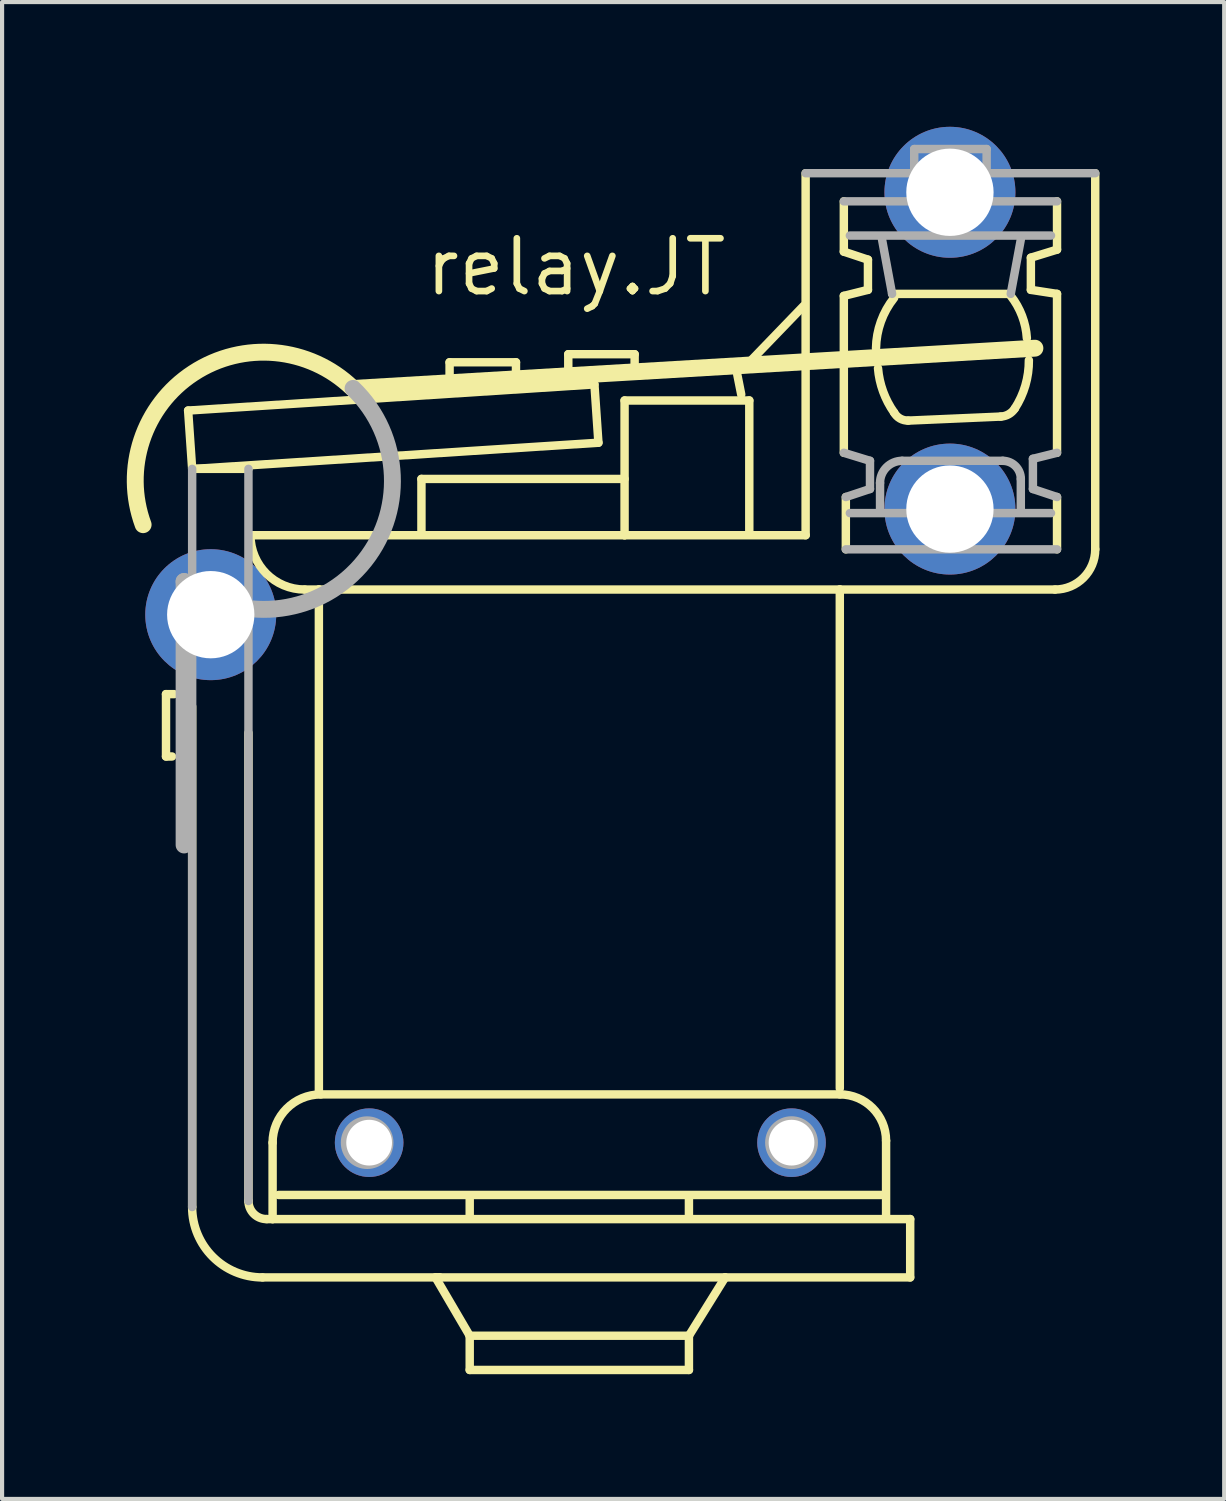
<source format=kicad_pcb>
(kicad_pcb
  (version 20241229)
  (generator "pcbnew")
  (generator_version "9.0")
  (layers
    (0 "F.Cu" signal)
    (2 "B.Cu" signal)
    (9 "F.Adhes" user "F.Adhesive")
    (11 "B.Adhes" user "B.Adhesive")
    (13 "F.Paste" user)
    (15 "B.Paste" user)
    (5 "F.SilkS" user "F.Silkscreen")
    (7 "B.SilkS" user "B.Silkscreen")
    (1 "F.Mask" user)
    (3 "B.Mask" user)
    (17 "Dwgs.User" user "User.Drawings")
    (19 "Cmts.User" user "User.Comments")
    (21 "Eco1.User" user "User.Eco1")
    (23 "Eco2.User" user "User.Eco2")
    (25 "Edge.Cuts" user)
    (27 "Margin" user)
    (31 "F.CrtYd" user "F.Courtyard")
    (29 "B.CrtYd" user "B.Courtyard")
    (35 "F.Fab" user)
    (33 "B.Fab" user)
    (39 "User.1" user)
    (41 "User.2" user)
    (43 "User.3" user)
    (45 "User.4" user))
  (footprint "relay.JT"
    (layer "F.Cu")
    (at 10.909 24.435)
    (property "Reference" "relay.JT" (at -3.81 -20.32 0) (layer "F.SilkS") (effects (font (size 1.27 1.27) (thickness 0.16)) (justify left bottom)))
    (attr through_hole)
    (fp_line (start -9.966 -10.789) (end -9.966 -9.289) (stroke (width 0.203) (type default)) (layer "F.SilkS"))
    (fp_line (start -9.966 -9.289) (end -9.821 -9.289) (stroke (width 0.203) (type default)) (layer "F.SilkS"))
    (fp_line (start -9.773 -10.789) (end -9.966 -10.789) (stroke (width 0.203) (type default)) (layer "F.SilkS"))
    (fp_line (start -9.434 -17.61) (end -9.337 -16.207) (stroke (width 0.203) (type default)) (layer "F.SilkS"))
    (fp_line (start -9.337 -10.492) (end -9.337 1.548) (stroke (width 0.203) (type default)) (layer "F.SilkS"))
    (fp_line (start -9.289 -16.207) (end -9.337 -16.207) (stroke (width 0.203) (type default)) (layer "F.SilkS"))
    (fp_line (start -9.289 -16.207) (end 0.435 -16.836) (stroke (width 0.203) (type default)) (layer "F.SilkS"))
    (fp_line (start -7.983 -16.207) (end -9.289 -16.207) (stroke (width 0.203) (type default)) (layer "F.SilkS"))
    (fp_line (start -7.983 1.403) (end -7.983 -9.857) (stroke (width 0.203) (type default)) (layer "F.SilkS"))
    (fp_line (start -7.886 -14.611) (end 1.064 -14.611) (stroke (width 0.203) (type default)) (layer "F.SilkS"))
    (fp_line (start -7.644 3.241) (end -3.387 3.241) (stroke (width 0.203) (type default)) (layer "F.SilkS"))
    (fp_line (start -7.402 1.838) (end -7.547 1.838) (stroke (width 0.203) (type default)) (layer "F.SilkS"))
    (fp_line (start -7.402 1.838) (end -7.402 0) (stroke (width 0.203) (type default)) (layer "F.SilkS"))
    (fp_line (start -6.289 -13.305) (end -6.628 -13.305) (stroke (width 0.203) (type default)) (layer "F.SilkS"))
    (fp_line (start -6.289 -13.305) (end 6.241 -13.305) (stroke (width 0.203) (type default)) (layer "F.SilkS"))
    (fp_line (start -6.289 -1.21) (end -6.289 -13.305) (stroke (width 0.203) (type default)) (layer "F.SilkS"))
    (fp_line (start -6.241 -1.161) (end 6.241 -1.161) (stroke (width 0.203) (type default)) (layer "F.SilkS"))
    (fp_line (start -3.822 -15.965) (end 1.064 -15.965) (stroke (width 0.203) (type default)) (layer "F.SilkS"))
    (fp_line (start -3.822 -14.659) (end -3.822 -15.965) (stroke (width 0.203) (type default)) (layer "F.SilkS"))
    (fp_line (start -3.483 3.241) (end -2.661 4.644) (stroke (width 0.203) (type default)) (layer "F.SilkS"))
    (fp_line (start -3.387 3.241) (end -3.483 3.241) (stroke (width 0.203) (type default)) (layer "F.SilkS"))
    (fp_line (start -3.145 -18.771) (end -1.548 -18.771) (stroke (width 0.203) (type default)) (layer "F.SilkS"))
    (fp_line (start -3.145 -18.336) (end -3.145 -18.771) (stroke (width 0.203) (type default)) (layer "F.SilkS"))
    (fp_line (start -2.661 1.742) (end -2.661 1.355) (stroke (width 0.203) (type default)) (layer "F.SilkS"))
    (fp_line (start -2.661 4.644) (end -2.661 5.467) (stroke (width 0.203) (type default)) (layer "F.SilkS"))
    (fp_line (start -2.661 5.467) (end 2.612 5.467) (stroke (width 0.203) (type default)) (layer "F.SilkS"))
    (fp_line (start -1.548 -18.771) (end -1.548 -18.481) (stroke (width 0.203) (type default)) (layer "F.SilkS"))
    (fp_line (start -0.29 -18.965) (end 1.306 -18.965) (stroke (width 0.203) (type default)) (layer "F.SilkS"))
    (fp_line (start -0.29 -18.578) (end -0.29 -18.965) (stroke (width 0.203) (type default)) (layer "F.SilkS"))
    (fp_line (start 0.339 -18.239) (end -9.434 -17.61) (stroke (width 0.203) (type default)) (layer "F.SilkS"))
    (fp_line (start 0.435 -16.836) (end 0.339 -18.239) (stroke (width 0.203) (type default)) (layer "F.SilkS"))
    (fp_line (start 1.064 -17.852) (end 4.064 -17.852) (stroke (width 0.203) (type default)) (layer "F.SilkS"))
    (fp_line (start 1.064 -14.611) (end 1.064 -17.852) (stroke (width 0.203) (type default)) (layer "F.SilkS"))
    (fp_line (start 1.064 -14.611) (end 5.419 -14.611) (stroke (width 0.203) (type default)) (layer "F.SilkS"))
    (fp_line (start 1.306 -18.965) (end 1.306 -18.675) (stroke (width 0.203) (type default)) (layer "F.SilkS"))
    (fp_line (start 2.612 1.742) (end 2.612 1.355) (stroke (width 0.203) (type default)) (layer "F.SilkS"))
    (fp_line (start 2.612 4.644) (end -2.661 4.644) (stroke (width 0.203) (type default)) (layer "F.SilkS"))
    (fp_line (start 2.612 4.644) (end 3.483 3.241) (stroke (width 0.203) (type default)) (layer "F.SilkS"))
    (fp_line (start 2.612 5.467) (end 2.612 4.644) (stroke (width 0.203) (type default)) (layer "F.SilkS"))
    (fp_line (start 3.483 3.241) (end -3.387 3.241) (stroke (width 0.203) (type default)) (layer "F.SilkS"))
    (fp_line (start 3.483 3.241) (end 7.934 3.241) (stroke (width 0.203) (type default)) (layer "F.SilkS"))
    (fp_line (start 3.87 -17.997) (end 3.774 -18.481) (stroke (width 0.203) (type default)) (layer "F.SilkS"))
    (fp_line (start 4.064 -17.852) (end 4.064 -14.659) (stroke (width 0.203) (type default)) (layer "F.SilkS"))
    (fp_line (start 5.37 -20.126) (end 4.064 -18.771) (stroke (width 0.203) (type default)) (layer "F.SilkS"))
    (fp_line (start 5.419 -14.611) (end 5.419 -23.319) (stroke (width 0.203) (type default)) (layer "F.SilkS"))
    (fp_line (start 6.241 -13.305) (end 6.241 -1.306) (stroke (width 0.203) (type default)) (layer "F.SilkS"))
    (fp_line (start 6.338 -22.642) (end 6.338 -21.432) (stroke (width 0.203) (type default)) (layer "F.SilkS"))
    (fp_line (start 6.338 -21.432) (end 6.918 -21.239) (stroke (width 0.203) (type default)) (layer "F.SilkS"))
    (fp_line (start 6.338 -20.368) (end 6.338 -16.594) (stroke (width 0.203) (type default)) (layer "F.SilkS"))
    (fp_line (start 6.386 -15.53) (end 6.386 -14.272) (stroke (width 0.203) (type default)) (layer "F.SilkS"))
    (fp_line (start 6.918 -21.239) (end 6.918 -20.513) (stroke (width 0.203) (type default)) (layer "F.SilkS"))
    (fp_line (start 6.918 -20.513) (end 6.338 -20.368) (stroke (width 0.203) (type default)) (layer "F.SilkS"))
    (fp_line (start 7.257 1.258) (end -7.257 1.258) (stroke (width 0.203) (type default)) (layer "F.SilkS"))
    (fp_line (start 7.354 -0.048) (end 7.354 1.742) (stroke (width 0.203) (type default)) (layer "F.SilkS"))
    (fp_line (start 7.499 -20.416) (end 10.353 -20.416) (stroke (width 0.203) (type default)) (layer "F.SilkS"))
    (fp_line (start 7.886 -17.368) (end 10.111 -17.465) (stroke (width 0.203) (type default)) (layer "F.SilkS"))
    (fp_line (start 7.934 1.838) (end -7.402 1.838) (stroke (width 0.203) (type default)) (layer "F.SilkS"))
    (fp_line (start 7.934 3.241) (end 7.934 1.838) (stroke (width 0.203) (type default)) (layer "F.SilkS"))
    (fp_line (start 10.837 -21.287) (end 11.466 -21.481) (stroke (width 0.203) (type default)) (layer "F.SilkS"))
    (fp_line (start 10.837 -20.513) (end 10.837 -21.287) (stroke (width 0.203) (type default)) (layer "F.SilkS"))
    (fp_line (start 10.934 -19.11) (end -5.467 -18.142) (stroke (width 0.406) (type default)) (layer "F.SilkS"))
    (fp_line (start 11.418 -13.305) (end 6.241 -13.305) (stroke (width 0.203) (type default)) (layer "F.SilkS"))
    (fp_line (start 11.466 -21.481) (end 11.466 -22.642) (stroke (width 0.203) (type default)) (layer "F.SilkS"))
    (fp_line (start 11.466 -20.416) (end 10.837 -20.513) (stroke (width 0.203) (type default)) (layer "F.SilkS"))
    (fp_line (start 11.466 -16.594) (end 11.466 -20.416) (stroke (width 0.203) (type default)) (layer "F.SilkS"))
    (fp_line (start 11.466 -14.272) (end 11.466 -15.53) (stroke (width 0.203) (type default)) (layer "F.SilkS"))
    (fp_line (start 12.385 -23.319) (end 12.385 -14.272) (stroke (width 0.203) (type default)) (layer "F.SilkS"))
    (fp_arc (start -10.5164 -14.8647) (mid -9.309218 -18.510956) (end -5.4849 -18.1545) (stroke (width 0.4064) (type default)) (layer "F.SilkS"))
    (fp_arc (start -7.644 3.2415) (mid -8.841344 2.745544) (end -9.3373 1.5482) (stroke (width 0.2032) (type default)) (layer "F.SilkS"))
    (fp_arc (start -7.5473 1.8384) (mid -7.855174 1.710874) (end -7.9827 1.403) (stroke (width 0.2032) (type default)) (layer "F.SilkS"))
    (fp_arc (start -7.4021 0) (mid -7.062022 -0.821022) (end -6.241 -1.1611) (stroke (width 0.2032) (type default)) (layer "F.SilkS"))
    (fp_arc (start -6.628 -13.3045) (mid -7.551664 -13.687136) (end -7.9343 -14.6108) (stroke (width 0.2032) (type default)) (layer "F.SilkS"))
    (fp_arc (start 6.241 -1.1611) (mid 7.027868 -0.835168) (end 7.3538 -0.0483) (stroke (width 0.2032) (type default)) (layer "F.SilkS"))
    (fp_arc (start 7.1119 -19.1101) (mid 7.229653 -19.750829) (end 7.5473 -20.3196) (stroke (width 0.2032) (type default)) (layer "F.SilkS"))
    (fp_arc (start 7.5473 -17.5619) (mid 7.282495 -18.068186) (end 7.1602 -18.6263) (stroke (width 0.2032) (type default)) (layer "F.SilkS"))
    (fp_arc (start 7.8859 -17.3684) (mid 7.6898 -17.418254) (end 7.5473 -17.5619) (stroke (width 0.2032) (type default)) (layer "F.SilkS"))
    (fp_arc (start 10.3533 -20.368) (mid 10.624111 -19.889437) (end 10.7404 -19.352) (stroke (width 0.2032) (type default)) (layer "F.SilkS"))
    (fp_arc (start 10.4501 -17.6587) (mid 10.304211 -17.520884) (end 10.1114 -17.4652) (stroke (width 0.2032) (type default)) (layer "F.SilkS"))
    (fp_arc (start 10.7887 -18.8198) (mid 10.704736 -18.214364) (end 10.4501 -17.6587) (stroke (width 0.2032) (type default)) (layer "F.SilkS"))
    (fp_arc (start 12.3853 -14.2721) (mid 12.101897 -13.587903) (end 11.4177 -13.3045) (stroke (width 0.2032) (type default)) (layer "F.SilkS"))
    (fp_line (start -9.531 -13.498) (end -9.531 -7.16) (stroke (width 0.406) (type default)) (layer "F.Fab"))
    (fp_line (start -9.337 -16.207) (end -9.337 1.548) (stroke (width 0.203) (type default)) (layer "F.Fab"))
    (fp_line (start -7.983 1.403) (end -7.983 -16.207) (stroke (width 0.203) (type default)) (layer "F.Fab"))
    (fp_line (start 5.419 -23.319) (end 12.385 -23.319) (stroke (width 0.203) (type default)) (layer "F.Fab"))
    (fp_line (start 6.338 -16.594) (end 6.967 -16.401) (stroke (width 0.203) (type default)) (layer "F.Fab"))
    (fp_line (start 6.386 -14.272) (end 11.466 -14.272) (stroke (width 0.203) (type default)) (layer "F.Fab"))
    (fp_line (start 6.483 -21.819) (end 11.321 -21.819) (stroke (width 0.203) (type default)) (layer "F.Fab"))
    (fp_line (start 6.483 -15.143) (end 11.321 -15.143) (stroke (width 0.203) (type default)) (layer "F.Fab"))
    (fp_line (start 6.967 -16.401) (end 6.967 -15.723) (stroke (width 0.203) (type default)) (layer "F.Fab"))
    (fp_line (start 6.967 -15.723) (end 6.386 -15.53) (stroke (width 0.203) (type default)) (layer "F.Fab"))
    (fp_line (start 7.209 -15.24) (end 7.209 -15.869) (stroke (width 0.203) (type default)) (layer "F.Fab"))
    (fp_line (start 7.257 -21.723) (end 7.499 -20.416) (stroke (width 0.203) (type default)) (layer "F.Fab"))
    (fp_line (start 7.741 -16.401) (end 10.16 -16.401) (stroke (width 0.203) (type default)) (layer "F.Fab"))
    (fp_line (start 8.031 -23.9) (end 9.773 -23.9) (stroke (width 0.203) (type default)) (layer "F.Fab"))
    (fp_line (start 8.031 -23.367) (end 8.031 -23.9) (stroke (width 0.203) (type default)) (layer "F.Fab"))
    (fp_line (start 9.773 -23.9) (end 9.773 -23.416) (stroke (width 0.203) (type default)) (layer "F.Fab"))
    (fp_line (start 10.353 -20.416) (end 10.595 -21.723) (stroke (width 0.203) (type default)) (layer "F.Fab"))
    (fp_line (start 10.595 -15.965) (end 10.595 -15.24) (stroke (width 0.203) (type default)) (layer "F.Fab"))
    (fp_line (start 10.886 -16.449) (end 11.466 -16.594) (stroke (width 0.203) (type default)) (layer "F.Fab"))
    (fp_line (start 10.886 -15.723) (end 10.886 -16.449) (stroke (width 0.203) (type default)) (layer "F.Fab"))
    (fp_line (start 11.466 -22.642) (end 6.338 -22.642) (stroke (width 0.203) (type default)) (layer "F.Fab"))
    (fp_line (start 11.466 -15.53) (end 10.886 -15.723) (stroke (width 0.203) (type default)) (layer "F.Fab"))
    (fp_arc (start -5.4669 -18.1425) (mid -5.283093 -13.881389) (end -9.5309 -13.498) (stroke (width 0.4064) (type default)) (layer "F.Fab"))
    (fp_arc (start 7.2086 -15.8686) (mid 7.364478 -16.244922) (end 7.7408 -16.4008) (stroke (width 0.2032) (type default)) (layer "F.Fab"))
    (fp_arc (start 10.1598 -16.4008) (mid 10.467674 -16.273274) (end 10.5952 -15.9654) (stroke (width 0.2032) (type default)) (layer "F.Fab"))
    (fp_circle (center -5.128 0) (end -4.596 0) (stroke (width 0.203) (type default)) (fill no) (layer "F.Fab"))
    (fp_circle (center 5.08 0) (end 5.614 0) (stroke (width 0.203) (type default)) (fill no) (layer "F.Fab"))
    (pad "1" thru_hole circle (at 5.08 0 180) (size 1.65 1.65) (drill 1.1) (layers "*.Cu" "*.Mask"))
    (pad "2" thru_hole circle (at -5.08 0 180) (size 1.65 1.65) (drill 1.1) (layers "*.Cu" "*.Mask"))
    (pad "C" thru_hole circle (at -8.89 -12.7 180) (size 3.15 3.15) (drill 2.1) (layers "*.Cu" "*.Mask"))
    (pad "NC" thru_hole circle (at 8.89 -22.86 180) (size 3.15 3.15) (drill 2.1) (layers "*.Cu" "*.Mask"))
    (pad "NO" thru_hole circle (at 8.89 -15.24 180) (size 3.15 3.15) (drill 2.1) (layers "*.Cu" "*.Mask")))
  (gr_rect
    (start -3 -3)
    (end 26.396 33.004)
    (stroke (width 0.1) (type default))
    (fill no)
    (layer "Edge.Cuts")))
</source>
